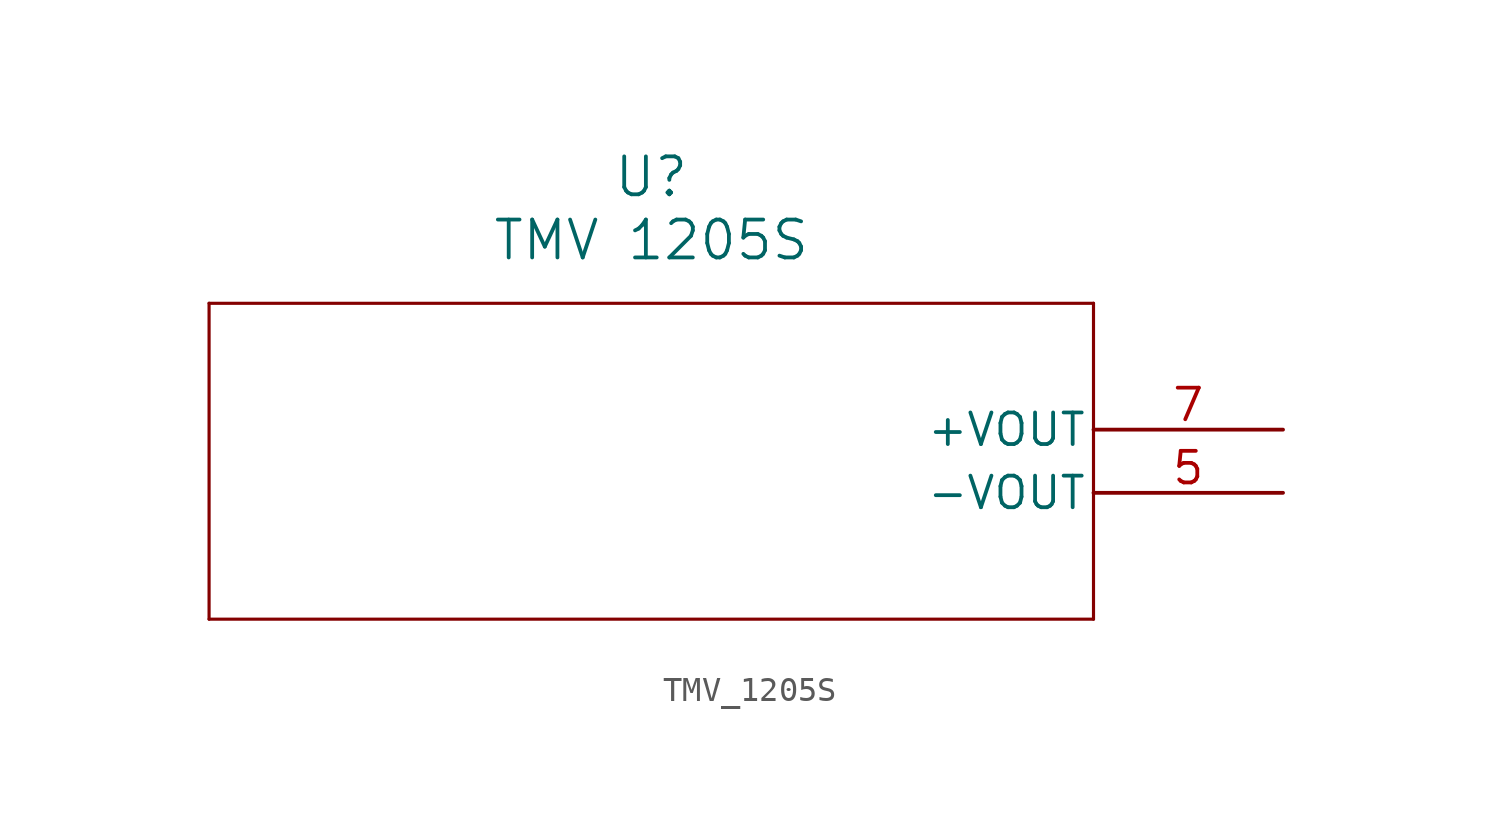
<source format=kicad_sym>
(kicad_symbol_lib
  (version 20211014)
  (generator kicad_symbol_editor)
  (symbol "TMV_1205S"
    (pin_names
      (offset 0.254))
    (property "Reference" "U"
      (at 25.4 10.16 0)
      (effects (font (size 1.524 1.524))))
    (property "Value" "TMV 1205S"
      (at 25.4 7.62 0)
      (effects (font (size 1.524 1.524))))
    (symbol "TMV_1205S_0_1"
      (polyline (pts (xy 7.62 5.08) (xy 7.62 -7.62)) (stroke (width .127) (type default) (color 0 0 0 0)) (fill (type none)))
      (polyline (pts (xy 7.62 -7.62) (xy 43.18 -7.62)) (stroke (width .127) (type default) (color 0 0 0 0)) (fill (type none)))
      (polyline (pts (xy 43.18 -7.62) (xy 43.18 5.08)) (stroke (width .127) (type default) (color 0 0 0 0)) (fill (type none)))
      (polyline (pts (xy 43.18 5.08) (xy 7.62 5.08)) (stroke (width .127) (type default) (color 0 0 0 0)) (fill (type none)))
      (pin output line (at 50.8 -2.54 180) (length 7.62) (name "-VOUT" (effects (font (size 1.27 1.27)))) (number "5" (effects (font (size 1.27 1.27)))))
      (pin output line (at 50.8 0 180) (length 7.62) (name "+VOUT" (effects (font (size 1.27 1.27)))) (number "7" (effects (font (size 1.27 1.27))))))))
</source>
